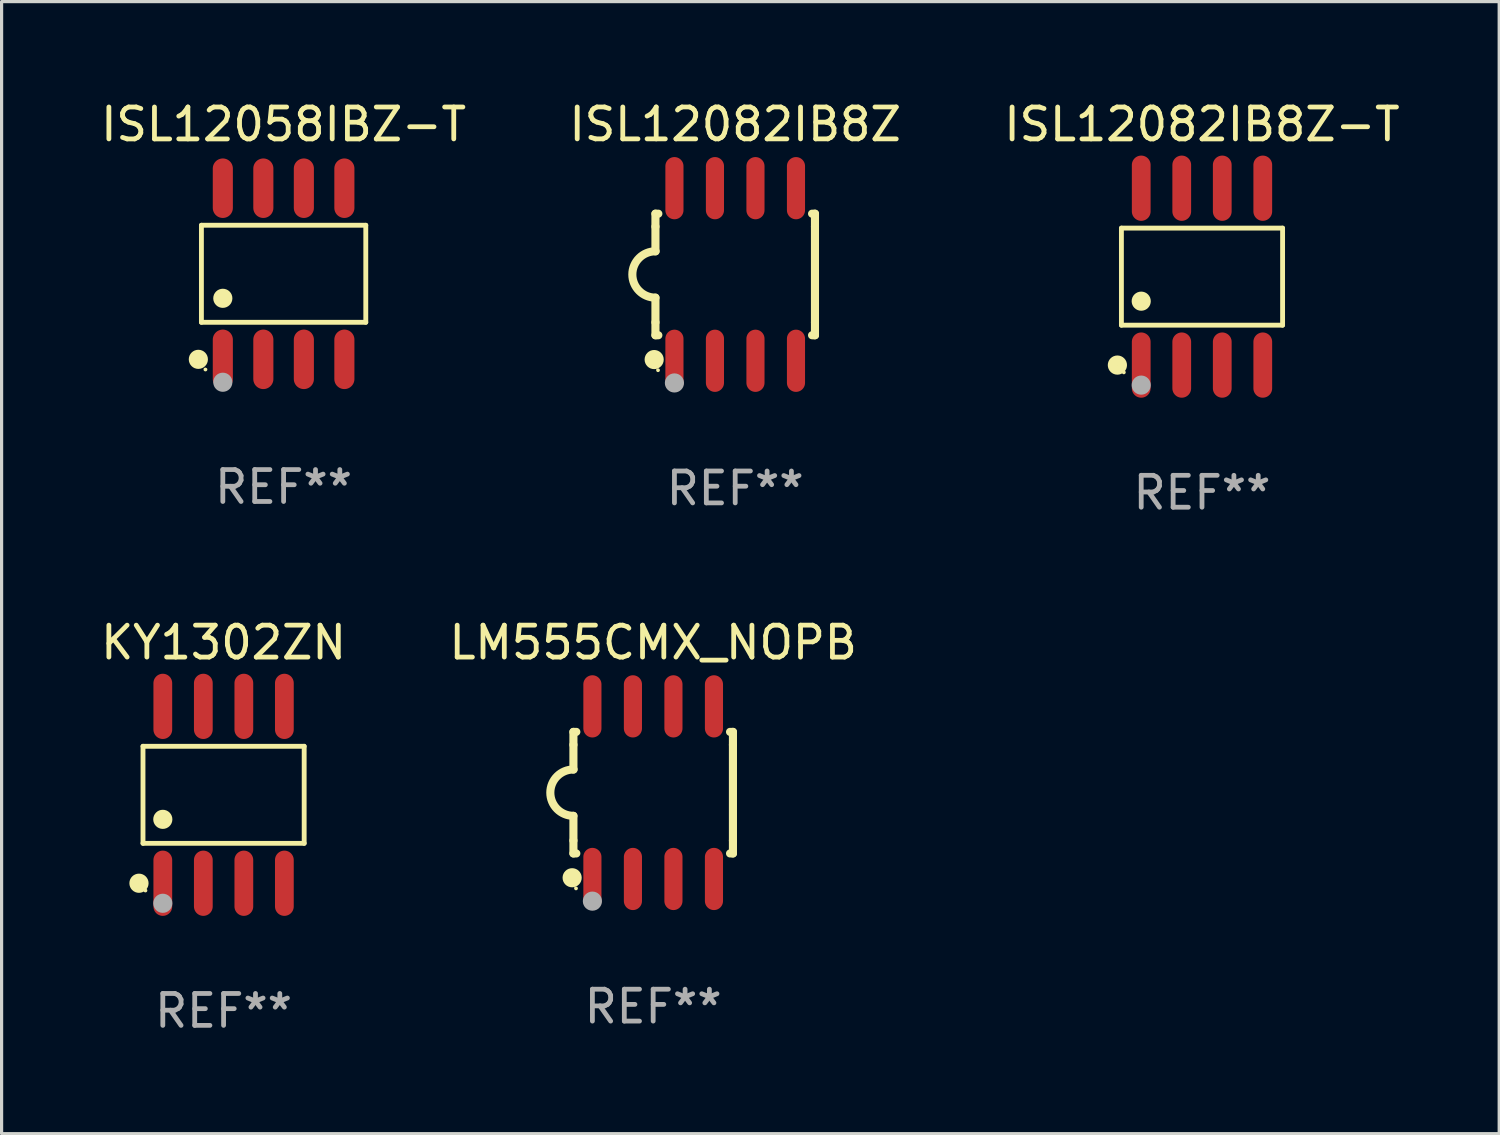
<source format=kicad_pcb>
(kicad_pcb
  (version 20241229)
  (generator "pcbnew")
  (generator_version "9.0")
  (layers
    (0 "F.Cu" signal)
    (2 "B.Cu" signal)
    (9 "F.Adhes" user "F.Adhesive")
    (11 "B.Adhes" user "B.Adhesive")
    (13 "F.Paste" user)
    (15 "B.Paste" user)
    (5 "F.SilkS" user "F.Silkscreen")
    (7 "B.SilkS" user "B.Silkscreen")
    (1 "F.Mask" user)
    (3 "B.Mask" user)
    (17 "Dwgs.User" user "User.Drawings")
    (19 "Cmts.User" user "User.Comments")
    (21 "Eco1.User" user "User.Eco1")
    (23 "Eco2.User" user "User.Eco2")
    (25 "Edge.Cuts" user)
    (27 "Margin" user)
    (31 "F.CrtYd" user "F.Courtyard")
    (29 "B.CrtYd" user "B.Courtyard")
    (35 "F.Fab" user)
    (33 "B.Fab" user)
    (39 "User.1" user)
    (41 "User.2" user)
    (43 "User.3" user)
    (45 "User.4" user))
  (footprint "ISL12058IBZ-T"
    (layer "F.Cu")
    (at 5.839 5.531)
    (property "Reference" "ISL12058IBZ-T" (at 0 -4.682 0) (layer "F.SilkS") (effects (font (size 1 1) (thickness 0.15))))
    (attr through_hole)
    (fp_line (start -2.576 -1.521) (end 2.576 -1.521) (stroke (width 0.152) (type solid)) (layer "F.SilkS"))
    (fp_line (start -2.576 1.521) (end -2.576 -1.521) (stroke (width 0.152) (type solid)) (layer "F.SilkS"))
    (fp_line (start 2.576 -1.521) (end 2.576 1.521) (stroke (width 0.152) (type solid)) (layer "F.SilkS"))
    (fp_line (start 2.576 1.521) (end -2.576 1.521) (stroke (width 0.152) (type solid)) (layer "F.SilkS"))
    (fp_circle (center -2.672 2.682) (end -2.522 2.682) (stroke (width 0.3) (type solid)) (fill no) (layer "F.SilkS"))
    (fp_circle (center -2.45 3) (end -2.42 3) (stroke (width 0.06) (type solid)) (fill no) (layer "F.SilkS"))
    (fp_circle (center -1.905 0.769) (end -1.755 0.769) (stroke (width 0.3) (type solid)) (fill no) (layer "F.SilkS"))
    (fp_circle (center -1.905 3.4) (end -1.755 3.4) (stroke (width 0.3) (type solid)) (fill no) (layer "F.Fab"))
    (fp_text user "REF**" (at 0 6.682 0) (layer "F.Fab") (effects (font (size 1 1) (thickness 0.15))))
    (pad "1" smd oval (at -1.905 2.682) (size 0.63 1.865) (layers "F.Cu" "F.Mask" "F.Paste"))
    (pad "2" smd oval (at -0.635 2.682) (size 0.63 1.865) (layers "F.Cu" "F.Mask" "F.Paste"))
    (pad "3" smd oval (at 0.635 2.682) (size 0.63 1.865) (layers "F.Cu" "F.Mask" "F.Paste"))
    (pad "4" smd oval (at 1.905 2.682) (size 0.63 1.865) (layers "F.Cu" "F.Mask" "F.Paste"))
    (pad "5" smd oval (at 1.905 -2.682) (size 0.63 1.865) (layers "F.Cu" "F.Mask" "F.Paste"))
    (pad "6" smd oval (at 0.635 -2.682) (size 0.63 1.865) (layers "F.Cu" "F.Mask" "F.Paste"))
    (pad "7" smd oval (at -0.635 -2.682) (size 0.63 1.865) (layers "F.Cu" "F.Mask" "F.Paste"))
    (pad "8" smd oval (at -1.905 -2.682) (size 0.63 1.865) (layers "F.Cu" "F.Mask" "F.Paste")))
  (footprint "KY1302ZN"
    (layer "F.Cu")
    (at 3.958 21.862)
    (property "Reference" "KY1302ZN" (at 0 -4.772 0) (layer "F.SilkS") (effects (font (size 1 1) (thickness 0.15))))
    (attr through_hole)
    (fp_line (start -2.526 -1.521) (end 2.526 -1.521) (stroke (width 0.152) (type solid)) (layer "F.SilkS"))
    (fp_line (start -2.526 1.521) (end -2.526 -1.521) (stroke (width 0.152) (type solid)) (layer "F.SilkS"))
    (fp_line (start 2.526 -1.521) (end 2.526 1.521) (stroke (width 0.152) (type solid)) (layer "F.SilkS"))
    (fp_line (start 2.526 1.521) (end -2.526 1.521) (stroke (width 0.152) (type solid)) (layer "F.SilkS"))
    (fp_circle (center -2.652 2.772) (end -2.501 2.772) (stroke (width 0.3) (type solid)) (fill no) (layer "F.SilkS"))
    (fp_circle (center -2.45 3) (end -2.42 3) (stroke (width 0.06) (type solid)) (fill no) (layer "F.SilkS"))
    (fp_circle (center -1.905 0.769) (end -1.755 0.769) (stroke (width 0.3) (type solid)) (fill no) (layer "F.SilkS"))
    (fp_circle (center -1.905 3.4) (end -1.755 3.4) (stroke (width 0.3) (type solid)) (fill no) (layer "F.Fab"))
    (fp_text user "REF**" (at 0 6.772 0) (layer "F.Fab") (effects (font (size 1 1) (thickness 0.15))))
    (pad "1" smd oval (at -1.905 2.772) (size 0.588 2.045) (layers "F.Cu" "F.Mask" "F.Paste"))
    (pad "2" smd oval (at -0.635 2.772) (size 0.588 2.045) (layers "F.Cu" "F.Mask" "F.Paste"))
    (pad "3" smd oval (at 0.635 2.772) (size 0.588 2.045) (layers "F.Cu" "F.Mask" "F.Paste"))
    (pad "4" smd oval (at 1.905 2.772) (size 0.588 2.045) (layers "F.Cu" "F.Mask" "F.Paste"))
    (pad "5" smd oval (at 1.905 -2.772) (size 0.588 2.045) (layers "F.Cu" "F.Mask" "F.Paste"))
    (pad "6" smd oval (at 0.635 -2.772) (size 0.588 2.045) (layers "F.Cu" "F.Mask" "F.Paste"))
    (pad "7" smd oval (at -0.635 -2.772) (size 0.588 2.045) (layers "F.Cu" "F.Mask" "F.Paste"))
    (pad "8" smd oval (at -1.905 -2.772) (size 0.588 2.045) (layers "F.Cu" "F.Mask" "F.Paste")))
  (footprint "LM555CMX_NOPB"
    (layer "F.Cu")
    (at 17.423 21.795)
    (property "Reference" "LM555CMX_NOPB" (at 0 -4.705 0) (layer "F.SilkS") (effects (font (size 1 1) (thickness 0.15))))
    (attr through_hole)
    (fp_line (start -2.5 -1.905) (end -2.409 -1.905) (stroke (width 0.254) (type solid)) (layer "F.SilkS"))
    (fp_line (start -2.5 -1.5) (end -2.5 -1.905) (stroke (width 0.254) (type solid)) (layer "F.SilkS"))
    (fp_line (start -2.5 -1.5) (end -2.5 -0.726) (stroke (width 0.254) (type solid)) (layer "F.SilkS"))
    (fp_line (start -2.5 1.5) (end -2.5 0.727) (stroke (width 0.254) (type solid)) (layer "F.SilkS"))
    (fp_line (start -2.5 1.5) (end -2.5 1.905) (stroke (width 0.254) (type solid)) (layer "F.SilkS"))
    (fp_line (start -2.5 1.905) (end -2.409 1.905) (stroke (width 0.254) (type solid)) (layer "F.SilkS"))
    (fp_line (start 2.5 -1.905) (end 2.409 -1.905) (stroke (width 0.254) (type solid)) (layer "F.SilkS"))
    (fp_line (start 2.5 -1.5) (end 2.5 -1.905) (stroke (width 0.254) (type solid)) (layer "F.SilkS"))
    (fp_line (start 2.5 -1.5) (end 2.5 1.5) (stroke (width 0.254) (type solid)) (layer "F.SilkS"))
    (fp_line (start 2.5 1.5) (end 2.5 1.905) (stroke (width 0.254) (type solid)) (layer "F.SilkS"))
    (fp_line (start 2.5 1.905) (end 2.409 1.905) (stroke (width 0.254) (type solid)) (layer "F.SilkS"))
    (fp_arc (start -2.5 0.726568) (mid -3.220316 -0.0023) (end -2.495097 -0.726289) (stroke (width 0.254001) (type solid)) (layer "F.SilkS"))
    (fp_circle (center -2.54 2.667) (end -2.39 2.667) (stroke (width 0.3) (type solid)) (fill no) (layer "F.SilkS"))
    (fp_circle (center -2.42 3) (end -2.39 3) (stroke (width 0.06) (type solid)) (fill no) (layer "F.SilkS"))
    (fp_circle (center -1.905 3.4) (end -1.755 3.4) (stroke (width 0.3) (type solid)) (fill no) (layer "F.Fab"))
    (fp_text user "REF**" (at 0 6.705 0) (layer "F.Fab") (effects (font (size 1 1) (thickness 0.15))))
    (pad "1" smd oval (at -1.905 2.705) (size 0.568 1.95) (layers "F.Cu" "F.Mask" "F.Paste"))
    (pad "2" smd oval (at -0.635 2.705) (size 0.568 1.95) (layers "F.Cu" "F.Mask" "F.Paste"))
    (pad "3" smd oval (at 0.635 2.705) (size 0.568 1.95) (layers "F.Cu" "F.Mask" "F.Paste"))
    (pad "4" smd oval (at 1.905 2.705) (size 0.568 1.95) (layers "F.Cu" "F.Mask" "F.Paste"))
    (pad "5" smd oval (at 1.905 -2.705) (size 0.568 1.95) (layers "F.Cu" "F.Mask" "F.Paste"))
    (pad "6" smd oval (at 0.635 -2.705) (size 0.568 1.95) (layers "F.Cu" "F.Mask" "F.Paste"))
    (pad "7" smd oval (at -0.635 -2.705) (size 0.568 1.95) (layers "F.Cu" "F.Mask" "F.Paste"))
    (pad "8" smd oval (at -1.905 -2.705) (size 0.568 1.95) (layers "F.Cu" "F.Mask" "F.Paste")))
  (footprint "ISL12082IB8Z"
    (layer "F.Cu")
    (at 19.994 5.553)
    (property "Reference" "ISL12082IB8Z" (at 0 -4.705 0) (layer "F.SilkS") (effects (font (size 1 1) (thickness 0.15))))
    (attr through_hole)
    (fp_line (start -2.5 -1.905) (end -2.409 -1.905) (stroke (width 0.254) (type solid)) (layer "F.SilkS"))
    (fp_line (start -2.5 -1.5) (end -2.5 -1.905) (stroke (width 0.254) (type solid)) (layer "F.SilkS"))
    (fp_line (start -2.5 -1.5) (end -2.5 -0.726) (stroke (width 0.254) (type solid)) (layer "F.SilkS"))
    (fp_line (start -2.5 1.5) (end -2.5 0.727) (stroke (width 0.254) (type solid)) (layer "F.SilkS"))
    (fp_line (start -2.5 1.5) (end -2.5 1.905) (stroke (width 0.254) (type solid)) (layer "F.SilkS"))
    (fp_line (start -2.5 1.905) (end -2.409 1.905) (stroke (width 0.254) (type solid)) (layer "F.SilkS"))
    (fp_line (start 2.5 -1.905) (end 2.409 -1.905) (stroke (width 0.254) (type solid)) (layer "F.SilkS"))
    (fp_line (start 2.5 -1.5) (end 2.5 -1.905) (stroke (width 0.254) (type solid)) (layer "F.SilkS"))
    (fp_line (start 2.5 -1.5) (end 2.5 1.5) (stroke (width 0.254) (type solid)) (layer "F.SilkS"))
    (fp_line (start 2.5 1.5) (end 2.5 1.905) (stroke (width 0.254) (type solid)) (layer "F.SilkS"))
    (fp_line (start 2.5 1.905) (end 2.409 1.905) (stroke (width 0.254) (type solid)) (layer "F.SilkS"))
    (fp_arc (start -2.5 0.726568) (mid -3.220316 -0.0023) (end -2.495097 -0.726289) (stroke (width 0.254001) (type solid)) (layer "F.SilkS"))
    (fp_circle (center -2.54 2.667) (end -2.39 2.667) (stroke (width 0.3) (type solid)) (fill no) (layer "F.SilkS"))
    (fp_circle (center -2.42 3) (end -2.39 3) (stroke (width 0.06) (type solid)) (fill no) (layer "F.SilkS"))
    (fp_circle (center -1.905 3.4) (end -1.755 3.4) (stroke (width 0.3) (type solid)) (fill no) (layer "F.Fab"))
    (fp_text user "REF**" (at 0 6.705 0) (layer "F.Fab") (effects (font (size 1 1) (thickness 0.15))))
    (pad "1" smd oval (at -1.905 2.705) (size 0.568 1.95) (layers "F.Cu" "F.Mask" "F.Paste"))
    (pad "2" smd oval (at -0.635 2.705) (size 0.568 1.95) (layers "F.Cu" "F.Mask" "F.Paste"))
    (pad "3" smd oval (at 0.635 2.705) (size 0.568 1.95) (layers "F.Cu" "F.Mask" "F.Paste"))
    (pad "4" smd oval (at 1.905 2.705) (size 0.568 1.95) (layers "F.Cu" "F.Mask" "F.Paste"))
    (pad "5" smd oval (at 1.905 -2.705) (size 0.568 1.95) (layers "F.Cu" "F.Mask" "F.Paste"))
    (pad "6" smd oval (at 0.635 -2.705) (size 0.568 1.95) (layers "F.Cu" "F.Mask" "F.Paste"))
    (pad "7" smd oval (at -0.635 -2.705) (size 0.568 1.95) (layers "F.Cu" "F.Mask" "F.Paste"))
    (pad "8" smd oval (at -1.905 -2.705) (size 0.568 1.95) (layers "F.Cu" "F.Mask" "F.Paste")))
  (footprint "ISL12082IB8Z-T"
    (layer "F.Cu")
    (at 34.625 5.621)
    (property "Reference" "ISL12082IB8Z-T" (at 0 -4.772 0) (layer "F.SilkS") (effects (font (size 1 1) (thickness 0.15))))
    (attr through_hole)
    (fp_line (start -2.526 -1.521) (end 2.526 -1.521) (stroke (width 0.152) (type solid)) (layer "F.SilkS"))
    (fp_line (start -2.526 1.521) (end -2.526 -1.521) (stroke (width 0.152) (type solid)) (layer "F.SilkS"))
    (fp_line (start 2.526 -1.521) (end 2.526 1.521) (stroke (width 0.152) (type solid)) (layer "F.SilkS"))
    (fp_line (start 2.526 1.521) (end -2.526 1.521) (stroke (width 0.152) (type solid)) (layer "F.SilkS"))
    (fp_circle (center -2.652 2.772) (end -2.501 2.772) (stroke (width 0.3) (type solid)) (fill no) (layer "F.SilkS"))
    (fp_circle (center -2.45 3) (end -2.42 3) (stroke (width 0.06) (type solid)) (fill no) (layer "F.SilkS"))
    (fp_circle (center -1.905 0.769) (end -1.755 0.769) (stroke (width 0.3) (type solid)) (fill no) (layer "F.SilkS"))
    (fp_circle (center -1.905 3.4) (end -1.755 3.4) (stroke (width 0.3) (type solid)) (fill no) (layer "F.Fab"))
    (fp_text user "REF**" (at 0 6.772 0) (layer "F.Fab") (effects (font (size 1 1) (thickness 0.15))))
    (pad "1" smd oval (at -1.905 2.772) (size 0.588 2.045) (layers "F.Cu" "F.Mask" "F.Paste"))
    (pad "2" smd oval (at -0.635 2.772) (size 0.588 2.045) (layers "F.Cu" "F.Mask" "F.Paste"))
    (pad "3" smd oval (at 0.635 2.772) (size 0.588 2.045) (layers "F.Cu" "F.Mask" "F.Paste"))
    (pad "4" smd oval (at 1.905 2.772) (size 0.588 2.045) (layers "F.Cu" "F.Mask" "F.Paste"))
    (pad "5" smd oval (at 1.905 -2.772) (size 0.588 2.045) (layers "F.Cu" "F.Mask" "F.Paste"))
    (pad "6" smd oval (at 0.635 -2.772) (size 0.588 2.045) (layers "F.Cu" "F.Mask" "F.Paste"))
    (pad "7" smd oval (at -0.635 -2.772) (size 0.588 2.045) (layers "F.Cu" "F.Mask" "F.Paste"))
    (pad "8" smd oval (at -1.905 -2.772) (size 0.588 2.045) (layers "F.Cu" "F.Mask" "F.Paste")))
  (gr_rect
    (start -3 -3)
    (end 43.94 32.483)
    (stroke (width 0.1) (type default))
    (fill no)
    (layer "Edge.Cuts")))
</source>
